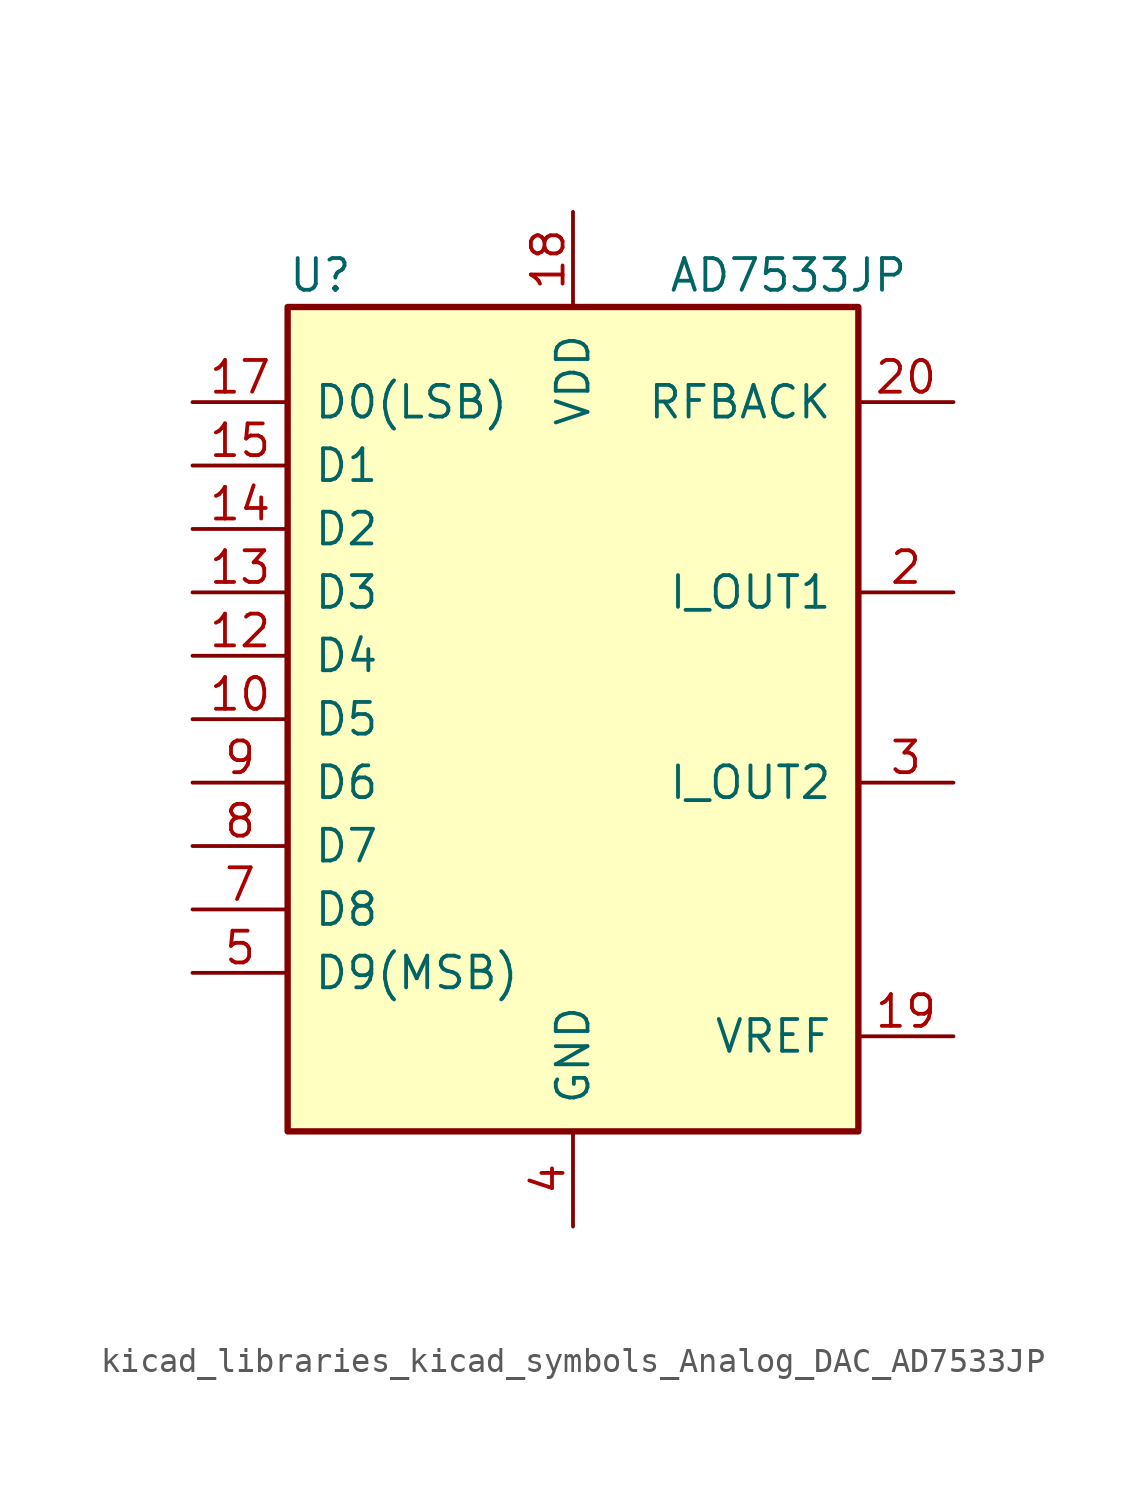
<source format=kicad_sym>
(kicad_symbol_lib
  (version 20220914)
  (generator kicad_symbol_editor)
  (symbol "kicad_libraries_kicad_symbols_Analog_DAC_AD7533JP"
    (pin_names
      (offset 1.016))
    (property "Reference" "U"
      (at -11.43 17.78 0)
      (effects (font (size 1.27 1.27)) (justify left)))
    (property "Value" "AD7533JP"
      (at 3.81 17.78 0)
      (effects (font (size 1.27 1.27)) (justify left)))
    (symbol "kicad_libraries_kicad_symbols_Analog_DAC_AD7533JP_0_1"
      (rectangle (start -11.43 -16.51) (end 11.43 16.51) (stroke (width 0.254) (type default)) (fill (type background))))
    (symbol "kicad_libraries_kicad_symbols_Analog_DAC_AD7533JP_1_1"
      (pin input line (at -15.24 0 0) (length 3.81) (name "D5" (effects (font (size 1.27 1.27)))) (number "10" (effects (font (size 1.27 1.27)))))
      (pin input line (at -15.24 2.54 0) (length 3.81) (name "D4" (effects (font (size 1.27 1.27)))) (number "12" (effects (font (size 1.27 1.27)))))
      (pin input line (at -15.24 5.08 0) (length 3.81) (name "D3" (effects (font (size 1.27 1.27)))) (number "13" (effects (font (size 1.27 1.27)))))
      (pin input line (at -15.24 7.62 0) (length 3.81) (name "D2" (effects (font (size 1.27 1.27)))) (number "14" (effects (font (size 1.27 1.27)))))
      (pin input line (at -15.24 10.16 0) (length 3.81) (name "D1" (effects (font (size 1.27 1.27)))) (number "15" (effects (font (size 1.27 1.27)))))
      (pin input line (at -15.24 12.7 0) (length 3.81) (name "D0(LSB)" (effects (font (size 1.27 1.27)))) (number "17" (effects (font (size 1.27 1.27)))))
      (pin power_in line (at 0 20.32 270) (length 3.81) (name "VDD" (effects (font (size 1.27 1.27)))) (number "18" (effects (font (size 1.27 1.27)))))
      (pin passive line (at 15.24 -12.7 180) (length 3.81) (name "VREF" (effects (font (size 1.27 1.27)))) (number "19" (effects (font (size 1.27 1.27)))))
      (pin passive line (at 15.24 5.08 180) (length 3.81) (name "I_OUT1" (effects (font (size 1.27 1.27)))) (number "2" (effects (font (size 1.27 1.27)))))
      (pin passive line (at 15.24 12.7 180) (length 3.81) (name "RFBACK" (effects (font (size 1.27 1.27)))) (number "20" (effects (font (size 1.27 1.27)))))
      (pin passive line (at 15.24 -2.54 180) (length 3.81) (name "I_OUT2" (effects (font (size 1.27 1.27)))) (number "3" (effects (font (size 1.27 1.27)))))
      (pin power_in line (at 0 -20.32 90) (length 3.81) (name "GND" (effects (font (size 1.27 1.27)))) (number "4" (effects (font (size 1.27 1.27)))))
      (pin input line (at -15.24 -10.16 0) (length 3.81) (name "D9(MSB)" (effects (font (size 1.27 1.27)))) (number "5" (effects (font (size 1.27 1.27)))))
      (pin input line (at -15.24 -7.62 0) (length 3.81) (name "D8" (effects (font (size 1.27 1.27)))) (number "7" (effects (font (size 1.27 1.27)))))
      (pin input line (at -15.24 -5.08 0) (length 3.81) (name "D7" (effects (font (size 1.27 1.27)))) (number "8" (effects (font (size 1.27 1.27)))))
      (pin input line (at -15.24 -2.54 0) (length 3.81) (name "D6" (effects (font (size 1.27 1.27)))) (number "9" (effects (font (size 1.27 1.27))))))))
</source>
